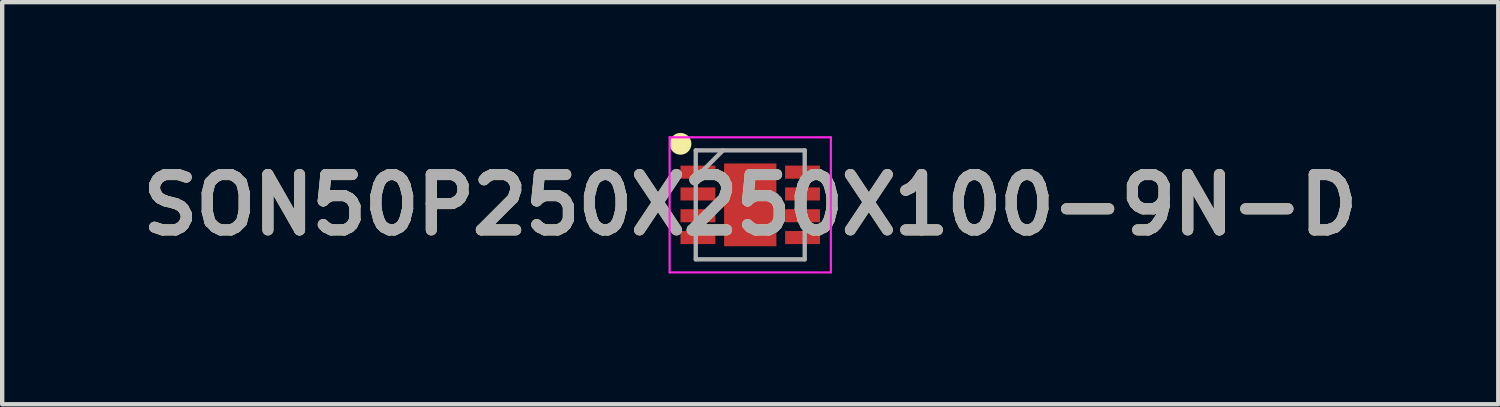
<source format=kicad_pcb>
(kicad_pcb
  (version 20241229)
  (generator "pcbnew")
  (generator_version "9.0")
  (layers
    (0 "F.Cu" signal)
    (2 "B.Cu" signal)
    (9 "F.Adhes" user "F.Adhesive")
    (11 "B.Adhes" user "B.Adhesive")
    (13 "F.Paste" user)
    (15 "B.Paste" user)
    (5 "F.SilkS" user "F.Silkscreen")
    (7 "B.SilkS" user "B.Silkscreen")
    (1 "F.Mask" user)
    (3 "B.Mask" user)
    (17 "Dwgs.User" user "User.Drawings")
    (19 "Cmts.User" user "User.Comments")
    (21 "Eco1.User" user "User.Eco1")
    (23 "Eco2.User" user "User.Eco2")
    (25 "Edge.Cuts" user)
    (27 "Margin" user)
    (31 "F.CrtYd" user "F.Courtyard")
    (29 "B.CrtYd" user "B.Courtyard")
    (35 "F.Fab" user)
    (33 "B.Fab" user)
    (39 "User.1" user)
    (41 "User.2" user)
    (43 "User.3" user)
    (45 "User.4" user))
  (footprint "SON50P250X250X100-9N-D"
    (layer "F.Cu")
    (at 14.164 1.65)
    (property "Reference" "SON50P250X250X100-9N-D" (at 0 0 0) (layer "F.SilkS") (effects (font (size 1.27 1.27) (thickness 0.254))))
    (attr smd)
    (fp_circle (center -1.6 -1.4) (end -1.6 -1.275) (stroke (width 0.25) (type solid)) (fill no) (layer "F.SilkS"))
    (fp_line (start -1.85 -1.55) (end 1.85 -1.55) (stroke (width 0.05) (type solid)) (layer "F.CrtYd"))
    (fp_line (start -1.85 1.55) (end -1.85 -1.55) (stroke (width 0.05) (type solid)) (layer "F.CrtYd"))
    (fp_line (start 1.85 -1.55) (end 1.85 1.55) (stroke (width 0.05) (type solid)) (layer "F.CrtYd"))
    (fp_line (start 1.85 1.55) (end -1.85 1.55) (stroke (width 0.05) (type solid)) (layer "F.CrtYd"))
    (fp_line (start -1.25 -1.25) (end 1.25 -1.25) (stroke (width 0.1) (type solid)) (layer "F.Fab"))
    (fp_line (start -1.25 -0.625) (end -0.625 -1.25) (stroke (width 0.1) (type solid)) (layer "F.Fab"))
    (fp_line (start -1.25 1.25) (end -1.25 -1.25) (stroke (width 0.1) (type solid)) (layer "F.Fab"))
    (fp_line (start 1.25 -1.25) (end 1.25 1.25) (stroke (width 0.1) (type solid)) (layer "F.Fab"))
    (fp_line (start 1.25 1.25) (end -1.25 1.25) (stroke (width 0.1) (type solid)) (layer "F.Fab"))
    (fp_text user "${REFERENCE}" (at 0 0 0) (layer "F.Fab") (effects (font (size 1.27 1.27) (thickness 0.254))))
    (pad "1" smd rect (at -1.2 -0.75 90) (size 0.3 0.8) (layers "F.Cu" "F.Mask" "F.Paste"))
    (pad "2" smd rect (at -1.2 -0.25 90) (size 0.3 0.8) (layers "F.Cu" "F.Mask" "F.Paste"))
    (pad "3" smd rect (at -1.2 0.25 90) (size 0.3 0.8) (layers "F.Cu" "F.Mask" "F.Paste"))
    (pad "4" smd rect (at -1.2 0.75 90) (size 0.3 0.8) (layers "F.Cu" "F.Mask" "F.Paste"))
    (pad "5" smd rect (at 1.2 0.75 90) (size 0.3 0.8) (layers "F.Cu" "F.Mask" "F.Paste"))
    (pad "6" smd rect (at 1.2 0.25 90) (size 0.3 0.8) (layers "F.Cu" "F.Mask" "F.Paste"))
    (pad "7" smd rect (at 1.2 -0.25 90) (size 0.3 0.8) (layers "F.Cu" "F.Mask" "F.Paste"))
    (pad "8" smd rect (at 1.2 -0.75 90) (size 0.3 0.8) (layers "F.Cu" "F.Mask" "F.Paste"))
    (pad "9" smd rect (at 0 0) (size 1.2 1.9) (layers "F.Cu" "F.Mask" "F.Paste")))
  (gr_rect
    (start -3 -3)
    (end 31.327 6.225)
    (stroke (width 0.1) (type default))
    (fill no)
    (layer "Edge.Cuts")))
</source>
